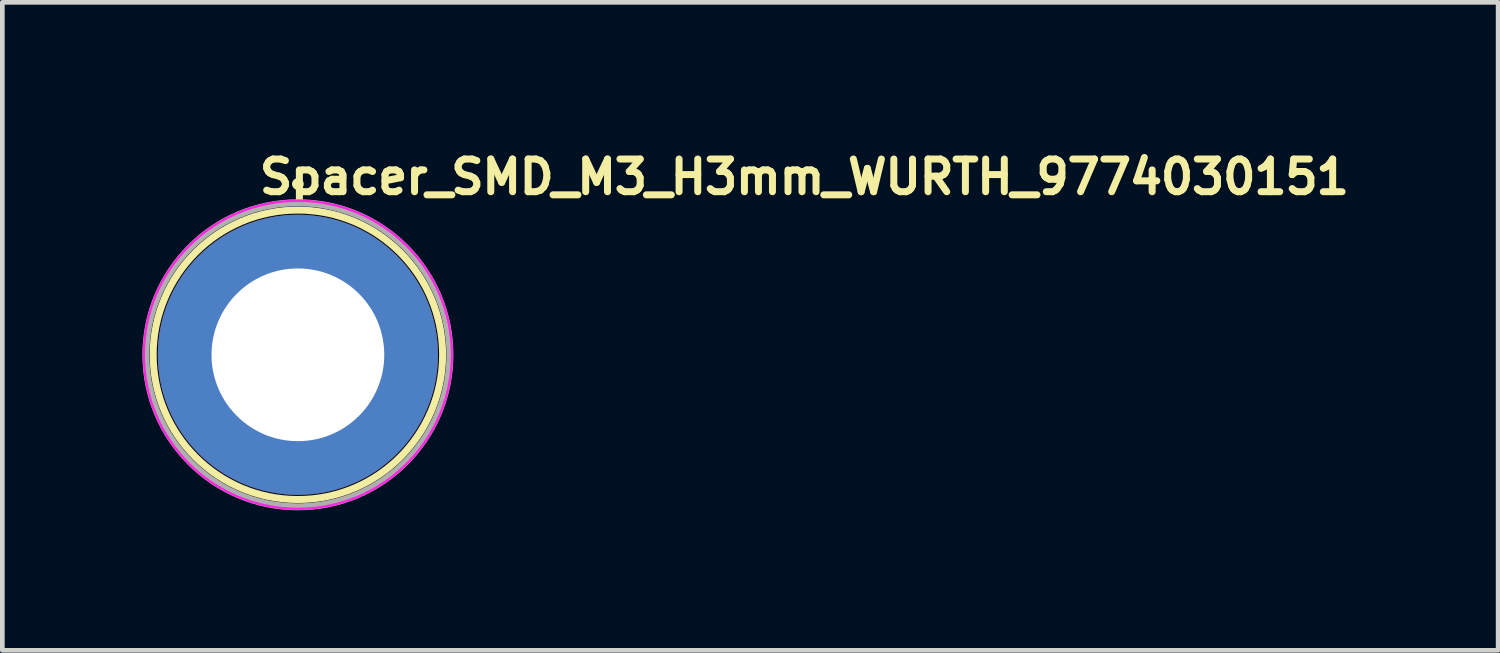
<source format=kicad_pcb>
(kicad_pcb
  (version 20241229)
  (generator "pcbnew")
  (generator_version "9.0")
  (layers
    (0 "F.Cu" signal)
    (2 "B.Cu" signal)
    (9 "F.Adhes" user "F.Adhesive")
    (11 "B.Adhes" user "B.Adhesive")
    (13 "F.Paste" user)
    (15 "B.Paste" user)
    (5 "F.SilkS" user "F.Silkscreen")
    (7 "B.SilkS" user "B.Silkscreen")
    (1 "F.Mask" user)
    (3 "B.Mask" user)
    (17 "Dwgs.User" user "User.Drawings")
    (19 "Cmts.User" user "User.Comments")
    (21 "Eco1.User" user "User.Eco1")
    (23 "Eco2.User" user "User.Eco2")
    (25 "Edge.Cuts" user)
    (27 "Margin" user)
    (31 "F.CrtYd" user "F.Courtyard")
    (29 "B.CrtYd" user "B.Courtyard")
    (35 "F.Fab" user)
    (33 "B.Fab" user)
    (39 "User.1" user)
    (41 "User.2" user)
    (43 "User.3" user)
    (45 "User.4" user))
  (footprint "Spacer_SMD_M3_H3mm_WURTH_9774030151"
    (layer "F.Cu")
    (at 3.331 4.55)
    (property "Reference" "Spacer_SMD_M3_H3mm_WURTH_9774030151" (at -0.9 -3.4 0) (layer "F.SilkS") (effects (font (size 0.7 0.7) (thickness 0.15)) (justify left bottom)))
    (attr smd)
    (fp_circle (center 0 -3.659) (end 0.05 -3.659) (stroke (width 0.15) (type solid)) (fill yes) (layer "F.SilkS"))
    (fp_circle (center 0 0) (end 3.1 0) (stroke (width 0.15) (type solid)) (fill no) (layer "F.SilkS"))
    (fp_circle (center 0 0) (end 3.3 0) (stroke (width 0.05) (type solid)) (fill no) (layer "F.CrtYd"))
    (fp_circle (center 0 0) (end 3.256 0) (stroke (width 0.15) (type solid)) (fill no) (layer "F.Fab"))
    (fp_circle (center 0 0) (end 2.6 0) (stroke (width 0.1) (type solid)) (fill no) (layer "User.5"))
    (fp_circle (center 0 0) (end 3.114 0) (stroke (width 0.1) (type solid)) (fill no) (layer "User.5"))
    (fp_line (start -2.549 0) (end -2.549 0) (stroke (width 0.02) (type solid)) (layer "User.9"))
    (fp_line (start -2.549 0) (end -2.545 0.131) (stroke (width 0.02) (type solid)) (layer "User.9"))
    (fp_line (start -2.545 -0.131) (end -2.549 0) (stroke (width 0.02) (type solid)) (layer "User.9"))
    (fp_line (start -2.545 0.131) (end -2.536 0.26) (stroke (width 0.02) (type solid)) (layer "User.9"))
    (fp_line (start -2.536 -0.26) (end -2.545 -0.131) (stroke (width 0.02) (type solid)) (layer "User.9"))
    (fp_line (start -2.536 0.26) (end -2.52 0.388) (stroke (width 0.02) (type solid)) (layer "User.9"))
    (fp_line (start -2.52 -0.388) (end -2.536 -0.26) (stroke (width 0.02) (type solid)) (layer "User.9"))
    (fp_line (start -2.52 0.388) (end -2.498 0.513) (stroke (width 0.02) (type solid)) (layer "User.9"))
    (fp_line (start -2.498 -0.513) (end -2.52 -0.388) (stroke (width 0.02) (type solid)) (layer "User.9"))
    (fp_line (start -2.498 0.513) (end -2.469 0.637) (stroke (width 0.02) (type solid)) (layer "User.9"))
    (fp_line (start -2.469 -0.637) (end -2.498 -0.513) (stroke (width 0.02) (type solid)) (layer "User.9"))
    (fp_line (start -2.469 0.637) (end -2.435 0.758) (stroke (width 0.02) (type solid)) (layer "User.9"))
    (fp_line (start -2.435 -0.758) (end -2.469 -0.637) (stroke (width 0.02) (type solid)) (layer "User.9"))
    (fp_line (start -2.435 0.758) (end -2.395 0.876) (stroke (width 0.02) (type solid)) (layer "User.9"))
    (fp_line (start -2.395 -0.876) (end -2.435 -0.758) (stroke (width 0.02) (type solid)) (layer "User.9"))
    (fp_line (start -2.395 0.876) (end -2.349 0.992) (stroke (width 0.02) (type solid)) (layer "User.9"))
    (fp_line (start -2.349 -0.992) (end -2.395 -0.876) (stroke (width 0.02) (type solid)) (layer "User.9"))
    (fp_line (start -2.349 0.992) (end -2.298 1.105) (stroke (width 0.02) (type solid)) (layer "User.9"))
    (fp_line (start -2.298 -1.105) (end -2.349 -0.992) (stroke (width 0.02) (type solid)) (layer "User.9"))
    (fp_line (start -2.298 1.105) (end -2.242 1.215) (stroke (width 0.02) (type solid)) (layer "User.9"))
    (fp_line (start -2.242 -1.215) (end -2.298 -1.105) (stroke (width 0.02) (type solid)) (layer "User.9"))
    (fp_line (start -2.242 1.215) (end -2.18 1.322) (stroke (width 0.02) (type solid)) (layer "User.9"))
    (fp_line (start -2.18 -1.322) (end -2.242 -1.215) (stroke (width 0.02) (type solid)) (layer "User.9"))
    (fp_line (start -2.18 1.322) (end -2.114 1.425) (stroke (width 0.02) (type solid)) (layer "User.9"))
    (fp_line (start -2.114 -1.425) (end -2.18 -1.322) (stroke (width 0.02) (type solid)) (layer "User.9"))
    (fp_line (start -2.114 1.425) (end -2.043 1.524) (stroke (width 0.02) (type solid)) (layer "User.9"))
    (fp_line (start -2.043 -1.524) (end -2.114 -1.425) (stroke (width 0.02) (type solid)) (layer "User.9"))
    (fp_line (start -2.043 1.524) (end -1.967 1.622) (stroke (width 0.02) (type solid)) (layer "User.9"))
    (fp_line (start -1.967 -1.622) (end -2.043 -1.524) (stroke (width 0.02) (type solid)) (layer "User.9"))
    (fp_line (start -1.967 1.622) (end -1.887 1.714) (stroke (width 0.02) (type solid)) (layer "User.9"))
    (fp_line (start -1.887 -1.714) (end -1.967 -1.622) (stroke (width 0.02) (type solid)) (layer "User.9"))
    (fp_line (start -1.887 1.714) (end -1.803 1.803) (stroke (width 0.02) (type solid)) (layer "User.9"))
    (fp_line (start -1.803 -1.803) (end -1.887 -1.714) (stroke (width 0.02) (type solid)) (layer "User.9"))
    (fp_line (start -1.803 1.803) (end -1.714 1.887) (stroke (width 0.02) (type solid)) (layer "User.9"))
    (fp_line (start -1.714 -1.887) (end -1.803 -1.803) (stroke (width 0.02) (type solid)) (layer "User.9"))
    (fp_line (start -1.714 1.887) (end -1.622 1.967) (stroke (width 0.02) (type solid)) (layer "User.9"))
    (fp_line (start -1.622 -1.967) (end -1.714 -1.887) (stroke (width 0.02) (type solid)) (layer "User.9"))
    (fp_line (start -1.622 1.967) (end -1.524 2.043) (stroke (width 0.02) (type solid)) (layer "User.9"))
    (fp_line (start -1.524 -2.043) (end -1.622 -1.967) (stroke (width 0.02) (type solid)) (layer "User.9"))
    (fp_line (start -1.524 2.043) (end -1.425 2.114) (stroke (width 0.02) (type solid)) (layer "User.9"))
    (fp_line (start -1.425 -2.114) (end -1.524 -2.043) (stroke (width 0.02) (type solid)) (layer "User.9"))
    (fp_line (start -1.425 2.114) (end -1.322 2.18) (stroke (width 0.02) (type solid)) (layer "User.9"))
    (fp_line (start -1.322 -2.18) (end -1.425 -2.114) (stroke (width 0.02) (type solid)) (layer "User.9"))
    (fp_line (start -1.322 2.18) (end -1.215 2.242) (stroke (width 0.02) (type solid)) (layer "User.9"))
    (fp_line (start -1.215 -2.242) (end -1.322 -2.18) (stroke (width 0.02) (type solid)) (layer "User.9"))
    (fp_line (start -1.215 2.242) (end -1.105 2.298) (stroke (width 0.02) (type solid)) (layer "User.9"))
    (fp_line (start -1.105 -2.298) (end -1.215 -2.242) (stroke (width 0.02) (type solid)) (layer "User.9"))
    (fp_line (start -1.105 2.298) (end -0.992 2.349) (stroke (width 0.02) (type solid)) (layer "User.9"))
    (fp_line (start -1.006 0) (end -1.006 0) (stroke (width 0.02) (type solid)) (layer "User.9"))
    (fp_line (start -1.006 0) (end -1.004 0.05) (stroke (width 0.02) (type solid)) (layer "User.9"))
    (fp_line (start -1.004 -0.05) (end -1.006 0) (stroke (width 0.02) (type solid)) (layer "User.9"))
    (fp_line (start -1.004 0.05) (end -1 0.101) (stroke (width 0.02) (type solid)) (layer "User.9"))
    (fp_line (start -1 -0.101) (end -1.004 -0.05) (stroke (width 0.02) (type solid)) (layer "User.9"))
    (fp_line (start -1 0.101) (end -0.994 0.153) (stroke (width 0.02) (type solid)) (layer "User.9"))
    (fp_line (start -0.994 -0.153) (end -1 -0.101) (stroke (width 0.02) (type solid)) (layer "User.9"))
    (fp_line (start -0.994 0.153) (end -0.986 0.202) (stroke (width 0.02) (type solid)) (layer "User.9"))
    (fp_line (start -0.992 -2.349) (end -1.105 -2.298) (stroke (width 0.02) (type solid)) (layer "User.9"))
    (fp_line (start -0.992 2.349) (end -0.876 2.395) (stroke (width 0.02) (type solid)) (layer "User.9"))
    (fp_line (start -0.986 -0.202) (end -0.994 -0.153) (stroke (width 0.02) (type solid)) (layer "User.9"))
    (fp_line (start -0.986 0.202) (end -0.974 0.251) (stroke (width 0.02) (type solid)) (layer "User.9"))
    (fp_line (start -0.974 -0.251) (end -0.986 -0.202) (stroke (width 0.02) (type solid)) (layer "User.9"))
    (fp_line (start -0.974 0.251) (end -0.961 0.299) (stroke (width 0.02) (type solid)) (layer "User.9"))
    (fp_line (start -0.961 -0.299) (end -0.974 -0.251) (stroke (width 0.02) (type solid)) (layer "User.9"))
    (fp_line (start -0.961 0.299) (end -0.944 0.345) (stroke (width 0.02) (type solid)) (layer "User.9"))
    (fp_line (start -0.944 -0.345) (end -0.961 -0.299) (stroke (width 0.02) (type solid)) (layer "User.9"))
    (fp_line (start -0.944 0.345) (end -0.927 0.391) (stroke (width 0.02) (type solid)) (layer "User.9"))
    (fp_line (start -0.927 -0.391) (end -0.944 -0.345) (stroke (width 0.02) (type solid)) (layer "User.9"))
    (fp_line (start -0.927 0.391) (end -0.907 0.436) (stroke (width 0.02) (type solid)) (layer "User.9"))
    (fp_line (start -0.907 -0.436) (end -0.927 -0.391) (stroke (width 0.02) (type solid)) (layer "User.9"))
    (fp_line (start -0.907 0.436) (end -0.885 0.478) (stroke (width 0.02) (type solid)) (layer "User.9"))
    (fp_line (start -0.885 -0.478) (end -0.907 -0.436) (stroke (width 0.02) (type solid)) (layer "User.9"))
    (fp_line (start -0.885 0.478) (end -0.86 0.521) (stroke (width 0.02) (type solid)) (layer "User.9"))
    (fp_line (start -0.876 -2.395) (end -0.992 -2.349) (stroke (width 0.02) (type solid)) (layer "User.9"))
    (fp_line (start -0.876 2.395) (end -0.758 2.435) (stroke (width 0.02) (type solid)) (layer "User.9"))
    (fp_line (start -0.86 -0.521) (end -0.885 -0.478) (stroke (width 0.02) (type solid)) (layer "User.9"))
    (fp_line (start -0.86 0.521) (end -0.834 0.562) (stroke (width 0.02) (type solid)) (layer "User.9"))
    (fp_line (start -0.834 -0.562) (end -0.86 -0.521) (stroke (width 0.02) (type solid)) (layer "User.9"))
    (fp_line (start -0.834 0.562) (end -0.806 0.602) (stroke (width 0.02) (type solid)) (layer "User.9"))
    (fp_line (start -0.806 -0.602) (end -0.834 -0.562) (stroke (width 0.02) (type solid)) (layer "User.9"))
    (fp_line (start -0.806 0.602) (end -0.776 0.64) (stroke (width 0.02) (type solid)) (layer "User.9"))
    (fp_line (start -0.776 -0.64) (end -0.806 -0.602) (stroke (width 0.02) (type solid)) (layer "User.9"))
    (fp_line (start -0.776 0.64) (end -0.745 0.676) (stroke (width 0.02) (type solid)) (layer "User.9"))
    (fp_line (start -0.758 -2.435) (end -0.876 -2.395) (stroke (width 0.02) (type solid)) (layer "User.9"))
    (fp_line (start -0.758 2.435) (end -0.637 2.469) (stroke (width 0.02) (type solid)) (layer "User.9"))
    (fp_line (start -0.745 -0.676) (end -0.776 -0.64) (stroke (width 0.02) (type solid)) (layer "User.9"))
    (fp_line (start -0.745 0.676) (end -0.711 0.711) (stroke (width 0.02) (type solid)) (layer "User.9"))
    (fp_line (start -0.711 -0.711) (end -0.745 -0.676) (stroke (width 0.02) (type solid)) (layer "User.9"))
    (fp_line (start -0.711 0.711) (end -0.676 0.745) (stroke (width 0.02) (type solid)) (layer "User.9"))
    (fp_line (start -0.676 -0.745) (end -0.711 -0.711) (stroke (width 0.02) (type solid)) (layer "User.9"))
    (fp_line (start -0.676 0.745) (end -0.64 0.776) (stroke (width 0.02) (type solid)) (layer "User.9"))
    (fp_line (start -0.64 -0.776) (end -0.676 -0.745) (stroke (width 0.02) (type solid)) (layer "User.9"))
    (fp_line (start -0.64 0.776) (end -0.602 0.806) (stroke (width 0.02) (type solid)) (layer "User.9"))
    (fp_line (start -0.637 -2.469) (end -0.758 -2.435) (stroke (width 0.02) (type solid)) (layer "User.9"))
    (fp_line (start -0.637 2.469) (end -0.513 2.498) (stroke (width 0.02) (type solid)) (layer "User.9"))
    (fp_line (start -0.602 -0.806) (end -0.64 -0.776) (stroke (width 0.02) (type solid)) (layer "User.9"))
    (fp_line (start -0.602 0.806) (end -0.562 0.834) (stroke (width 0.02) (type solid)) (layer "User.9"))
    (fp_line (start -0.562 -0.834) (end -0.602 -0.806) (stroke (width 0.02) (type solid)) (layer "User.9"))
    (fp_line (start -0.562 0.834) (end -0.521 0.86) (stroke (width 0.02) (type solid)) (layer "User.9"))
    (fp_line (start -0.521 -0.86) (end -0.562 -0.834) (stroke (width 0.02) (type solid)) (layer "User.9"))
    (fp_line (start -0.521 0.86) (end -0.478 0.885) (stroke (width 0.02) (type solid)) (layer "User.9"))
    (fp_line (start -0.513 -2.498) (end -0.637 -2.469) (stroke (width 0.02) (type solid)) (layer "User.9"))
    (fp_line (start -0.513 2.498) (end -0.388 2.52) (stroke (width 0.02) (type solid)) (layer "User.9"))
    (fp_line (start -0.478 -0.885) (end -0.521 -0.86) (stroke (width 0.02) (type solid)) (layer "User.9"))
    (fp_line (start -0.478 0.885) (end -0.436 0.907) (stroke (width 0.02) (type solid)) (layer "User.9"))
    (fp_line (start -0.436 -0.907) (end -0.478 -0.885) (stroke (width 0.02) (type solid)) (layer "User.9"))
    (fp_line (start -0.436 0.907) (end -0.391 0.927) (stroke (width 0.02) (type solid)) (layer "User.9"))
    (fp_line (start -0.391 -0.927) (end -0.436 -0.907) (stroke (width 0.02) (type solid)) (layer "User.9"))
    (fp_line (start -0.391 0.927) (end -0.345 0.944) (stroke (width 0.02) (type solid)) (layer "User.9"))
    (fp_line (start -0.388 -2.52) (end -0.513 -2.498) (stroke (width 0.02) (type solid)) (layer "User.9"))
    (fp_line (start -0.388 2.52) (end -0.26 2.536) (stroke (width 0.02) (type solid)) (layer "User.9"))
    (fp_line (start -0.345 -0.944) (end -0.391 -0.927) (stroke (width 0.02) (type solid)) (layer "User.9"))
    (fp_line (start -0.345 0.944) (end -0.299 0.961) (stroke (width 0.02) (type solid)) (layer "User.9"))
    (fp_line (start -0.299 -0.961) (end -0.345 -0.944) (stroke (width 0.02) (type solid)) (layer "User.9"))
    (fp_line (start -0.299 0.961) (end -0.251 0.974) (stroke (width 0.02) (type solid)) (layer "User.9"))
    (fp_line (start -0.26 -2.536) (end -0.388 -2.52) (stroke (width 0.02) (type solid)) (layer "User.9"))
    (fp_line (start -0.26 2.536) (end -0.131 2.545) (stroke (width 0.02) (type solid)) (layer "User.9"))
    (fp_line (start -0.251 -0.974) (end -0.299 -0.961) (stroke (width 0.02) (type solid)) (layer "User.9"))
    (fp_line (start -0.251 0.974) (end -0.202 0.986) (stroke (width 0.02) (type solid)) (layer "User.9"))
    (fp_line (start -0.202 -0.986) (end -0.251 -0.974) (stroke (width 0.02) (type solid)) (layer "User.9"))
    (fp_line (start -0.202 0.986) (end -0.153 0.994) (stroke (width 0.02) (type solid)) (layer "User.9"))
    (fp_line (start -0.153 -0.994) (end -0.202 -0.986) (stroke (width 0.02) (type solid)) (layer "User.9"))
    (fp_line (start -0.153 0.994) (end -0.101 1) (stroke (width 0.02) (type solid)) (layer "User.9"))
    (fp_line (start -0.131 -2.545) (end -0.26 -2.536) (stroke (width 0.02) (type solid)) (layer "User.9"))
    (fp_line (start -0.131 2.545) (end 0 2.549) (stroke (width 0.02) (type solid)) (layer "User.9"))
    (fp_line (start -0.101 -1) (end -0.153 -0.994) (stroke (width 0.02) (type solid)) (layer "User.9"))
    (fp_line (start -0.101 1) (end -0.05 1.004) (stroke (width 0.02) (type solid)) (layer "User.9"))
    (fp_line (start -0.05 -1.004) (end -0.101 -1) (stroke (width 0.02) (type solid)) (layer "User.9"))
    (fp_line (start -0.05 1.004) (end 0 1.006) (stroke (width 0.02) (type solid)) (layer "User.9"))
    (fp_line (start 0 -2.549) (end -0.131 -2.545) (stroke (width 0.02) (type solid)) (layer "User.9"))
    (fp_line (start 0 -2.549) (end 0 -2.549) (stroke (width 0.02) (type solid)) (layer "User.9"))
    (fp_line (start 0 -1.006) (end -0.05 -1.004) (stroke (width 0.02) (type solid)) (layer "User.9"))
    (fp_line (start 0 -1.006) (end 0 -1.006) (stroke (width 0.02) (type solid)) (layer "User.9"))
    (fp_line (start 0 1.006) (end 0 1.006) (stroke (width 0.02) (type solid)) (layer "User.9"))
    (fp_line (start 0 1.006) (end 0.05 1.004) (stroke (width 0.02) (type solid)) (layer "User.9"))
    (fp_line (start 0 2.549) (end 0 2.549) (stroke (width 0.02) (type solid)) (layer "User.9"))
    (fp_line (start 0 2.549) (end 0.131 2.545) (stroke (width 0.02) (type solid)) (layer "User.9"))
    (fp_line (start 0.05 -1.004) (end 0 -1.006) (stroke (width 0.02) (type solid)) (layer "User.9"))
    (fp_line (start 0.05 1.004) (end 0.101 1) (stroke (width 0.02) (type solid)) (layer "User.9"))
    (fp_line (start 0.101 -1) (end 0.05 -1.004) (stroke (width 0.02) (type solid)) (layer "User.9"))
    (fp_line (start 0.101 1) (end 0.153 0.994) (stroke (width 0.02) (type solid)) (layer "User.9"))
    (fp_line (start 0.131 -2.545) (end 0 -2.549) (stroke (width 0.02) (type solid)) (layer "User.9"))
    (fp_line (start 0.131 2.545) (end 0.26 2.536) (stroke (width 0.02) (type solid)) (layer "User.9"))
    (fp_line (start 0.153 -0.994) (end 0.101 -1) (stroke (width 0.02) (type solid)) (layer "User.9"))
    (fp_line (start 0.153 0.994) (end 0.202 0.986) (stroke (width 0.02) (type solid)) (layer "User.9"))
    (fp_line (start 0.202 -0.986) (end 0.153 -0.994) (stroke (width 0.02) (type solid)) (layer "User.9"))
    (fp_line (start 0.202 0.986) (end 0.251 0.974) (stroke (width 0.02) (type solid)) (layer "User.9"))
    (fp_line (start 0.251 -0.974) (end 0.202 -0.986) (stroke (width 0.02) (type solid)) (layer "User.9"))
    (fp_line (start 0.251 0.974) (end 0.299 0.961) (stroke (width 0.02) (type solid)) (layer "User.9"))
    (fp_line (start 0.26 -2.536) (end 0.131 -2.545) (stroke (width 0.02) (type solid)) (layer "User.9"))
    (fp_line (start 0.26 2.536) (end 0.388 2.52) (stroke (width 0.02) (type solid)) (layer "User.9"))
    (fp_line (start 0.299 -0.961) (end 0.251 -0.974) (stroke (width 0.02) (type solid)) (layer "User.9"))
    (fp_line (start 0.299 0.961) (end 0.345 0.944) (stroke (width 0.02) (type solid)) (layer "User.9"))
    (fp_line (start 0.345 -0.944) (end 0.299 -0.961) (stroke (width 0.02) (type solid)) (layer "User.9"))
    (fp_line (start 0.345 0.944) (end 0.391 0.927) (stroke (width 0.02) (type solid)) (layer "User.9"))
    (fp_line (start 0.388 -2.52) (end 0.26 -2.536) (stroke (width 0.02) (type solid)) (layer "User.9"))
    (fp_line (start 0.388 2.52) (end 0.513 2.498) (stroke (width 0.02) (type solid)) (layer "User.9"))
    (fp_line (start 0.391 -0.927) (end 0.345 -0.944) (stroke (width 0.02) (type solid)) (layer "User.9"))
    (fp_line (start 0.391 0.927) (end 0.436 0.907) (stroke (width 0.02) (type solid)) (layer "User.9"))
    (fp_line (start 0.436 -0.907) (end 0.391 -0.927) (stroke (width 0.02) (type solid)) (layer "User.9"))
    (fp_line (start 0.436 0.907) (end 0.478 0.885) (stroke (width 0.02) (type solid)) (layer "User.9"))
    (fp_line (start 0.478 -0.885) (end 0.436 -0.907) (stroke (width 0.02) (type solid)) (layer "User.9"))
    (fp_line (start 0.478 0.885) (end 0.521 0.86) (stroke (width 0.02) (type solid)) (layer "User.9"))
    (fp_line (start 0.513 -2.498) (end 0.388 -2.52) (stroke (width 0.02) (type solid)) (layer "User.9"))
    (fp_line (start 0.513 2.498) (end 0.637 2.469) (stroke (width 0.02) (type solid)) (layer "User.9"))
    (fp_line (start 0.521 -0.86) (end 0.478 -0.885) (stroke (width 0.02) (type solid)) (layer "User.9"))
    (fp_line (start 0.521 0.86) (end 0.562 0.834) (stroke (width 0.02) (type solid)) (layer "User.9"))
    (fp_line (start 0.562 -0.834) (end 0.521 -0.86) (stroke (width 0.02) (type solid)) (layer "User.9"))
    (fp_line (start 0.562 0.834) (end 0.602 0.806) (stroke (width 0.02) (type solid)) (layer "User.9"))
    (fp_line (start 0.602 -0.806) (end 0.562 -0.834) (stroke (width 0.02) (type solid)) (layer "User.9"))
    (fp_line (start 0.602 0.806) (end 0.64 0.776) (stroke (width 0.02) (type solid)) (layer "User.9"))
    (fp_line (start 0.637 -2.469) (end 0.513 -2.498) (stroke (width 0.02) (type solid)) (layer "User.9"))
    (fp_line (start 0.637 2.469) (end 0.758 2.435) (stroke (width 0.02) (type solid)) (layer "User.9"))
    (fp_line (start 0.64 -0.776) (end 0.602 -0.806) (stroke (width 0.02) (type solid)) (layer "User.9"))
    (fp_line (start 0.64 0.776) (end 0.676 0.745) (stroke (width 0.02) (type solid)) (layer "User.9"))
    (fp_line (start 0.676 -0.745) (end 0.64 -0.776) (stroke (width 0.02) (type solid)) (layer "User.9"))
    (fp_line (start 0.676 0.745) (end 0.711 0.711) (stroke (width 0.02) (type solid)) (layer "User.9"))
    (fp_line (start 0.711 -0.711) (end 0.676 -0.745) (stroke (width 0.02) (type solid)) (layer "User.9"))
    (fp_line (start 0.711 0.711) (end 0.745 0.676) (stroke (width 0.02) (type solid)) (layer "User.9"))
    (fp_line (start 0.745 -0.676) (end 0.711 -0.711) (stroke (width 0.02) (type solid)) (layer "User.9"))
    (fp_line (start 0.745 0.676) (end 0.776 0.64) (stroke (width 0.02) (type solid)) (layer "User.9"))
    (fp_line (start 0.758 -2.435) (end 0.637 -2.469) (stroke (width 0.02) (type solid)) (layer "User.9"))
    (fp_line (start 0.758 2.435) (end 0.876 2.395) (stroke (width 0.02) (type solid)) (layer "User.9"))
    (fp_line (start 0.776 -0.64) (end 0.745 -0.676) (stroke (width 0.02) (type solid)) (layer "User.9"))
    (fp_line (start 0.776 0.64) (end 0.806 0.602) (stroke (width 0.02) (type solid)) (layer "User.9"))
    (fp_line (start 0.806 -0.602) (end 0.776 -0.64) (stroke (width 0.02) (type solid)) (layer "User.9"))
    (fp_line (start 0.806 0.602) (end 0.834 0.562) (stroke (width 0.02) (type solid)) (layer "User.9"))
    (fp_line (start 0.834 -0.562) (end 0.806 -0.602) (stroke (width 0.02) (type solid)) (layer "User.9"))
    (fp_line (start 0.834 0.562) (end 0.86 0.521) (stroke (width 0.02) (type solid)) (layer "User.9"))
    (fp_line (start 0.86 -0.521) (end 0.834 -0.562) (stroke (width 0.02) (type solid)) (layer "User.9"))
    (fp_line (start 0.86 0.521) (end 0.885 0.478) (stroke (width 0.02) (type solid)) (layer "User.9"))
    (fp_line (start 0.876 -2.395) (end 0.758 -2.435) (stroke (width 0.02) (type solid)) (layer "User.9"))
    (fp_line (start 0.876 2.395) (end 0.992 2.349) (stroke (width 0.02) (type solid)) (layer "User.9"))
    (fp_line (start 0.885 -0.478) (end 0.86 -0.521) (stroke (width 0.02) (type solid)) (layer "User.9"))
    (fp_line (start 0.885 0.478) (end 0.907 0.436) (stroke (width 0.02) (type solid)) (layer "User.9"))
    (fp_line (start 0.907 -0.436) (end 0.885 -0.478) (stroke (width 0.02) (type solid)) (layer "User.9"))
    (fp_line (start 0.907 0.436) (end 0.927 0.391) (stroke (width 0.02) (type solid)) (layer "User.9"))
    (fp_line (start 0.927 -0.391) (end 0.907 -0.436) (stroke (width 0.02) (type solid)) (layer "User.9"))
    (fp_line (start 0.927 0.391) (end 0.944 0.345) (stroke (width 0.02) (type solid)) (layer "User.9"))
    (fp_line (start 0.944 -0.345) (end 0.927 -0.391) (stroke (width 0.02) (type solid)) (layer "User.9"))
    (fp_line (start 0.944 0.345) (end 0.961 0.299) (stroke (width 0.02) (type solid)) (layer "User.9"))
    (fp_line (start 0.961 -0.299) (end 0.944 -0.345) (stroke (width 0.02) (type solid)) (layer "User.9"))
    (fp_line (start 0.961 0.299) (end 0.974 0.251) (stroke (width 0.02) (type solid)) (layer "User.9"))
    (fp_line (start 0.974 -0.251) (end 0.961 -0.299) (stroke (width 0.02) (type solid)) (layer "User.9"))
    (fp_line (start 0.974 0.251) (end 0.986 0.202) (stroke (width 0.02) (type solid)) (layer "User.9"))
    (fp_line (start 0.986 -0.202) (end 0.974 -0.251) (stroke (width 0.02) (type solid)) (layer "User.9"))
    (fp_line (start 0.986 0.202) (end 0.994 0.153) (stroke (width 0.02) (type solid)) (layer "User.9"))
    (fp_line (start 0.992 -2.349) (end 0.876 -2.395) (stroke (width 0.02) (type solid)) (layer "User.9"))
    (fp_line (start 0.992 2.349) (end 1.105 2.298) (stroke (width 0.02) (type solid)) (layer "User.9"))
    (fp_line (start 0.994 -0.153) (end 0.986 -0.202) (stroke (width 0.02) (type solid)) (layer "User.9"))
    (fp_line (start 0.994 0.153) (end 1 0.101) (stroke (width 0.02) (type solid)) (layer "User.9"))
    (fp_line (start 1 -0.101) (end 0.994 -0.153) (stroke (width 0.02) (type solid)) (layer "User.9"))
    (fp_line (start 1 0.101) (end 1.004 0.05) (stroke (width 0.02) (type solid)) (layer "User.9"))
    (fp_line (start 1.004 -0.05) (end 1 -0.101) (stroke (width 0.02) (type solid)) (layer "User.9"))
    (fp_line (start 1.004 0.05) (end 1.006 0) (stroke (width 0.02) (type solid)) (layer "User.9"))
    (fp_line (start 1.006 0) (end 1.004 -0.05) (stroke (width 0.02) (type solid)) (layer "User.9"))
    (fp_line (start 1.006 0) (end 1.006 0) (stroke (width 0.02) (type solid)) (layer "User.9"))
    (fp_line (start 1.006 0) (end 1.006 0) (stroke (width 0.02) (type solid)) (layer "User.9"))
    (fp_line (start 1.105 -2.298) (end 0.992 -2.349) (stroke (width 0.02) (type solid)) (layer "User.9"))
    (fp_line (start 1.105 2.298) (end 1.215 2.242) (stroke (width 0.02) (type solid)) (layer "User.9"))
    (fp_line (start 1.215 -2.242) (end 1.105 -2.298) (stroke (width 0.02) (type solid)) (layer "User.9"))
    (fp_line (start 1.215 2.242) (end 1.322 2.18) (stroke (width 0.02) (type solid)) (layer "User.9"))
    (fp_line (start 1.322 -2.18) (end 1.215 -2.242) (stroke (width 0.02) (type solid)) (layer "User.9"))
    (fp_line (start 1.322 2.18) (end 1.425 2.114) (stroke (width 0.02) (type solid)) (layer "User.9"))
    (fp_line (start 1.425 -2.114) (end 1.322 -2.18) (stroke (width 0.02) (type solid)) (layer "User.9"))
    (fp_line (start 1.425 2.114) (end 1.524 2.043) (stroke (width 0.02) (type solid)) (layer "User.9"))
    (fp_line (start 1.524 -2.043) (end 1.425 -2.114) (stroke (width 0.02) (type solid)) (layer "User.9"))
    (fp_line (start 1.524 2.043) (end 1.622 1.967) (stroke (width 0.02) (type solid)) (layer "User.9"))
    (fp_line (start 1.622 -1.967) (end 1.524 -2.043) (stroke (width 0.02) (type solid)) (layer "User.9"))
    (fp_line (start 1.622 1.967) (end 1.714 1.887) (stroke (width 0.02) (type solid)) (layer "User.9"))
    (fp_line (start 1.714 -1.887) (end 1.622 -1.967) (stroke (width 0.02) (type solid)) (layer "User.9"))
    (fp_line (start 1.714 1.887) (end 1.803 1.803) (stroke (width 0.02) (type solid)) (layer "User.9"))
    (fp_line (start 1.803 -1.803) (end 1.714 -1.887) (stroke (width 0.02) (type solid)) (layer "User.9"))
    (fp_line (start 1.803 1.803) (end 1.887 1.714) (stroke (width 0.02) (type solid)) (layer "User.9"))
    (fp_line (start 1.887 -1.714) (end 1.803 -1.803) (stroke (width 0.02) (type solid)) (layer "User.9"))
    (fp_line (start 1.887 1.714) (end 1.967 1.622) (stroke (width 0.02) (type solid)) (layer "User.9"))
    (fp_line (start 1.967 -1.622) (end 1.887 -1.714) (stroke (width 0.02) (type solid)) (layer "User.9"))
    (fp_line (start 1.967 1.622) (end 2.043 1.524) (stroke (width 0.02) (type solid)) (layer "User.9"))
    (fp_line (start 2.043 -1.524) (end 1.967 -1.622) (stroke (width 0.02) (type solid)) (layer "User.9"))
    (fp_line (start 2.043 1.524) (end 2.114 1.425) (stroke (width 0.02) (type solid)) (layer "User.9"))
    (fp_line (start 2.114 -1.425) (end 2.043 -1.524) (stroke (width 0.02) (type solid)) (layer "User.9"))
    (fp_line (start 2.114 1.425) (end 2.18 1.322) (stroke (width 0.02) (type solid)) (layer "User.9"))
    (fp_line (start 2.18 -1.322) (end 2.114 -1.425) (stroke (width 0.02) (type solid)) (layer "User.9"))
    (fp_line (start 2.18 1.322) (end 2.242 1.215) (stroke (width 0.02) (type solid)) (layer "User.9"))
    (fp_line (start 2.242 -1.215) (end 2.18 -1.322) (stroke (width 0.02) (type solid)) (layer "User.9"))
    (fp_line (start 2.242 1.215) (end 2.298 1.105) (stroke (width 0.02) (type solid)) (layer "User.9"))
    (fp_line (start 2.298 -1.105) (end 2.242 -1.215) (stroke (width 0.02) (type solid)) (layer "User.9"))
    (fp_line (start 2.298 1.105) (end 2.349 0.992) (stroke (width 0.02) (type solid)) (layer "User.9"))
    (fp_line (start 2.349 -0.992) (end 2.298 -1.105) (stroke (width 0.02) (type solid)) (layer "User.9"))
    (fp_line (start 2.349 0.992) (end 2.395 0.876) (stroke (width 0.02) (type solid)) (layer "User.9"))
    (fp_line (start 2.395 -0.876) (end 2.349 -0.992) (stroke (width 0.02) (type solid)) (layer "User.9"))
    (fp_line (start 2.395 0.876) (end 2.435 0.758) (stroke (width 0.02) (type solid)) (layer "User.9"))
    (fp_line (start 2.435 -0.758) (end 2.395 -0.876) (stroke (width 0.02) (type solid)) (layer "User.9"))
    (fp_line (start 2.435 0.758) (end 2.469 0.637) (stroke (width 0.02) (type solid)) (layer "User.9"))
    (fp_line (start 2.469 -0.637) (end 2.435 -0.758) (stroke (width 0.02) (type solid)) (layer "User.9"))
    (fp_line (start 2.469 0.637) (end 2.498 0.513) (stroke (width 0.02) (type solid)) (layer "User.9"))
    (fp_line (start 2.498 -0.513) (end 2.469 -0.637) (stroke (width 0.02) (type solid)) (layer "User.9"))
    (fp_line (start 2.498 0.513) (end 2.52 0.388) (stroke (width 0.02) (type solid)) (layer "User.9"))
    (fp_line (start 2.52 -0.388) (end 2.498 -0.513) (stroke (width 0.02) (type solid)) (layer "User.9"))
    (fp_line (start 2.52 0.388) (end 2.536 0.26) (stroke (width 0.02) (type solid)) (layer "User.9"))
    (fp_line (start 2.536 -0.26) (end 2.52 -0.388) (stroke (width 0.02) (type solid)) (layer "User.9"))
    (fp_line (start 2.536 0.26) (end 2.545 0.131) (stroke (width 0.02) (type solid)) (layer "User.9"))
    (fp_line (start 2.545 -0.131) (end 2.536 -0.26) (stroke (width 0.02) (type solid)) (layer "User.9"))
    (fp_line (start 2.545 0.131) (end 2.549 0) (stroke (width 0.02) (type solid)) (layer "User.9"))
    (fp_line (start 2.549 0) (end 2.545 -0.131) (stroke (width 0.02) (type solid)) (layer "User.9"))
    (fp_line (start 2.549 0) (end 2.549 0) (stroke (width 0.02) (type solid)) (layer "User.9"))
    (fp_line (start 2.549 0) (end 2.549 0) (stroke (width 0.02) (type solid)) (layer "User.9"))
    (pad "" smd custom (at -1.709 -1.709) (size 0.62 0.62) (layers "F.Paste") (options (anchor circle)) (primitives (gr_arc (start -0.250195 1.279127) (mid 0.285453 0.294389) (end 1.266786 -0.24747) (width 0.2)) (gr_arc (start -0.34334 1.279127) (mid 0.219733 0.231265) (end 1.263172 -0.339965) (width 0.2)) (gr_arc (start -0.436309 1.279127) (mid 0.153819 0.168341) (end 1.259003 -0.432214) (width 0.2)) (gr_arc (start -0.529126 1.279127) (mid 0.090333 0.102966) (end 1.261589 -0.525719) (width 0.2)) (gr_arc (start -0.621807 1.279127) (mid 0.0309 0.033527) (end 1.275473 -0.621136) (width 0.2)) (gr_arc (start -0.71437 1.279127) (mid -0.037758 -0.026651) (end 1.263664 -0.711602) (width 0.2)) (gr_arc (start -0.806826 1.279127) (mid -0.105834 -0.087396) (end 1.253441 -0.802342) (width 0.2)) (gr_arc (start -0.899187 1.279127) (mid -0.163613 -0.158515) (end 1.272013 -0.898015) (width 0.2)) (gr_arc (start -0.991463 1.279127) (mid -0.228522 -0.222449) (end 1.270645 -0.990112) (width 0.2)) (gr_arc (start -1.083663 1.279127) (mid -0.294507 -0.285313) (end 1.266278 -1.081674) (width 0.2)) (gr_line (start 1.279 -0.25) (end 1.279 -1.084) (width 0.2)) (gr_line (start -0.25 1.279) (end -1.084 1.279) (width 0.2))))
    (pad "" smd custom (at -1.709 1.7 90) (size 0.62 0.62) (layers "F.Paste") (options (anchor circle)) (primitives (gr_arc (start -0.250195 1.279127) (mid 0.285453 0.294389) (end 1.266786 -0.24747) (width 0.2)) (gr_arc (start -0.34334 1.279127) (mid 0.219733 0.231265) (end 1.263172 -0.339965) (width 0.2)) (gr_arc (start -0.436309 1.279127) (mid 0.153819 0.168341) (end 1.259003 -0.432214) (width 0.2)) (gr_arc (start -0.529126 1.279127) (mid 0.090333 0.102966) (end 1.261589 -0.525719) (width 0.2)) (gr_arc (start -0.621807 1.279127) (mid 0.0309 0.033527) (end 1.275473 -0.621136) (width 0.2)) (gr_arc (start -0.71437 1.279127) (mid -0.037758 -0.026651) (end 1.263664 -0.711602) (width 0.2)) (gr_arc (start -0.806826 1.279127) (mid -0.105834 -0.087396) (end 1.253441 -0.802342) (width 0.2)) (gr_arc (start -0.899187 1.279127) (mid -0.163613 -0.158515) (end 1.272013 -0.898015) (width 0.2)) (gr_arc (start -0.991463 1.279127) (mid -0.228522 -0.222449) (end 1.270645 -0.990112) (width 0.2)) (gr_arc (start -1.083663 1.279127) (mid -0.294507 -0.285313) (end 1.266278 -1.081674) (width 0.2)) (gr_line (start 1.279 -0.25) (end 1.279 -1.084) (width 0.2)) (gr_line (start -0.25 1.279) (end -1.084 1.279) (width 0.2))))
    (pad "" smd custom (at 1.7 -1.709 270) (size 0.62 0.62) (layers "F.Paste") (options (anchor circle)) (primitives (gr_arc (start -0.250195 1.279127) (mid 0.285453 0.294389) (end 1.266786 -0.24747) (width 0.2)) (gr_arc (start -0.34334 1.279127) (mid 0.219733 0.231265) (end 1.263172 -0.339965) (width 0.2)) (gr_arc (start -0.436309 1.279127) (mid 0.153819 0.168341) (end 1.259003 -0.432214) (width 0.2)) (gr_arc (start -0.529126 1.279127) (mid 0.090333 0.102966) (end 1.261589 -0.525719) (width 0.2)) (gr_arc (start -0.621807 1.279127) (mid 0.0309 0.033527) (end 1.275473 -0.621136) (width 0.2)) (gr_arc (start -0.71437 1.279127) (mid -0.037758 -0.026651) (end 1.263664 -0.711602) (width 0.2)) (gr_arc (start -0.806826 1.279127) (mid -0.105834 -0.087396) (end 1.253441 -0.802342) (width 0.2)) (gr_arc (start -0.899187 1.279127) (mid -0.163613 -0.158515) (end 1.272013 -0.898015) (width 0.2)) (gr_arc (start -0.991463 1.279127) (mid -0.228522 -0.222449) (end 1.270645 -0.990112) (width 0.2)) (gr_arc (start -1.083663 1.279127) (mid -0.294507 -0.285313) (end 1.266278 -1.081674) (width 0.2)) (gr_line (start 1.279 -0.25) (end 1.279 -1.084) (width 0.2)) (gr_line (start -0.25 1.279) (end -1.084 1.279) (width 0.2))))
    (pad "" smd custom (at 1.7 1.7 180) (size 0.62 0.62) (layers "F.Paste") (options (anchor circle)) (primitives (gr_arc (start -0.250195 1.279127) (mid 0.285453 0.294389) (end 1.266786 -0.24747) (width 0.2)) (gr_arc (start -0.34334 1.279127) (mid 0.219733 0.231265) (end 1.263172 -0.339965) (width 0.2)) (gr_arc (start -0.436309 1.279127) (mid 0.153819 0.168341) (end 1.259003 -0.432214) (width 0.2)) (gr_arc (start -0.529126 1.279127) (mid 0.090333 0.102966) (end 1.261589 -0.525719) (width 0.2)) (gr_arc (start -0.621807 1.279127) (mid 0.0309 0.033527) (end 1.275473 -0.621136) (width 0.2)) (gr_arc (start -0.71437 1.279127) (mid -0.037758 -0.026651) (end 1.263664 -0.711602) (width 0.2)) (gr_arc (start -0.806826 1.279127) (mid -0.105834 -0.087396) (end 1.253441 -0.802342) (width 0.2)) (gr_arc (start -0.899187 1.279127) (mid -0.163613 -0.158515) (end 1.272013 -0.898015) (width 0.2)) (gr_arc (start -0.991463 1.279127) (mid -0.228522 -0.222449) (end 1.270645 -0.990112) (width 0.2)) (gr_arc (start -1.083663 1.279127) (mid -0.294507 -0.285313) (end 1.266278 -1.081674) (width 0.2)) (gr_line (start 1.279 -0.25) (end 1.279 -1.084) (width 0.2)) (gr_line (start -0.25 1.279) (end -1.084 1.279) (width 0.2))))
    (pad "1" thru_hole circle (at 0 0) (size 6 6) (drill 3.7) (layers "*.Cu" "*.Mask")))
  (gr_rect
    (start -3 -3)
    (end 29.041 10.881)
    (stroke (width 0.1) (type default))
    (fill no)
    (layer "Edge.Cuts")))
</source>
